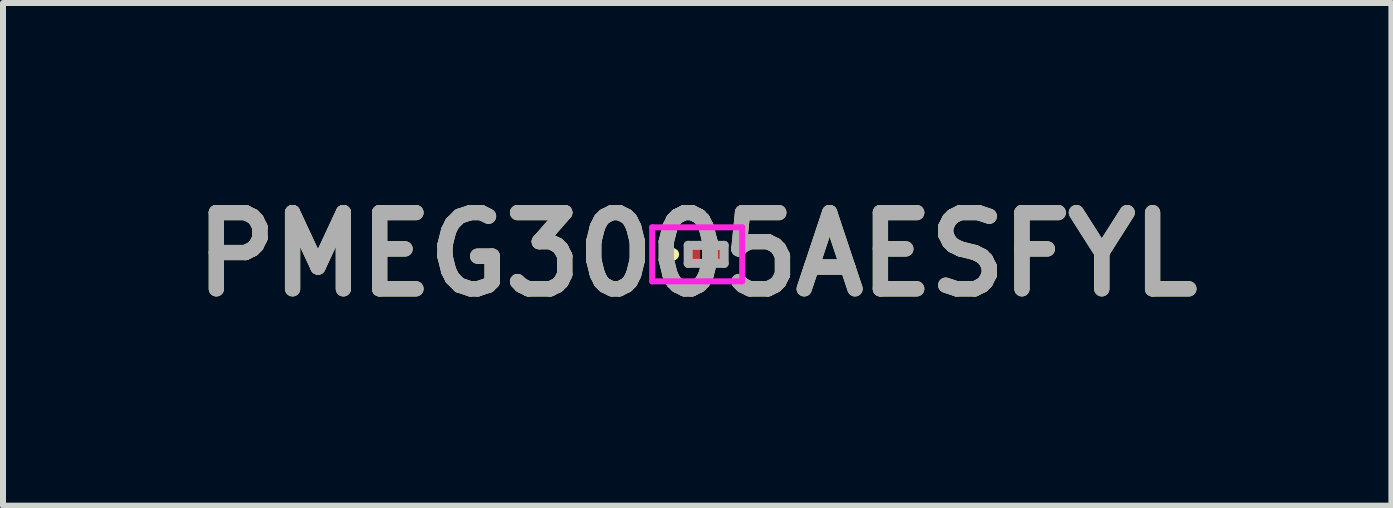
<source format=kicad_pcb>
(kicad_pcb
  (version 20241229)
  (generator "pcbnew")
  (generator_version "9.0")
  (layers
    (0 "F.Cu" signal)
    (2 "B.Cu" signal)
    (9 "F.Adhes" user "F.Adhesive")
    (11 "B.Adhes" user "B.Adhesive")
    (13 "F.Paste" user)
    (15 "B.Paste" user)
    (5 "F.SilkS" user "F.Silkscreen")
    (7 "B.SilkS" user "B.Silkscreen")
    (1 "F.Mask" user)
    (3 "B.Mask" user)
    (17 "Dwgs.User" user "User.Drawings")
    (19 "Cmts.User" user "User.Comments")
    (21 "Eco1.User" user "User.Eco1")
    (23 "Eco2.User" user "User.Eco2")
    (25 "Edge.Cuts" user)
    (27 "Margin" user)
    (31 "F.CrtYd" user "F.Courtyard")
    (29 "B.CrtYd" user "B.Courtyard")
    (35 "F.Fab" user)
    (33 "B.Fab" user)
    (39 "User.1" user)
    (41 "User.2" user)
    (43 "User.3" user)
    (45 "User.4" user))
  (footprint "PMEG3005AESFYL"
    (layer "F.Cu")
    (at 8.569 1.189)
    (property "Reference" "PMEG3005AESFYL" (at 0 0 0) (layer "F.SilkS") (effects (font (size 1.27 1.27) (thickness 0.254))))
    (attr smd)
    (fp_line (start -0.4 -0.05) (end -0.4 -0.05) (stroke (width 0.1) (type solid)) (layer "F.SilkS"))
    (fp_line (start -0.4 0.05) (end -0.4 0.05) (stroke (width 0.1) (type solid)) (layer "F.SilkS"))
    (fp_arc (start -0.4 -0.05) (mid -0.35 0) (end -0.4 0.05) (stroke (width 0.1) (type solid)) (layer "F.SilkS"))
    (fp_arc (start -0.4 0.05) (mid -0.45 0) (end -0.4 -0.05) (stroke (width 0.1) (type solid)) (layer "F.SilkS"))
    (fp_line (start -0.75 -0.45) (end 0.75 -0.45) (stroke (width 0.1) (type solid)) (layer "F.CrtYd"))
    (fp_line (start -0.75 0.45) (end -0.75 -0.45) (stroke (width 0.1) (type solid)) (layer "F.CrtYd"))
    (fp_line (start 0.75 -0.45) (end 0.75 0.45) (stroke (width 0.1) (type solid)) (layer "F.CrtYd"))
    (fp_line (start 0.75 0.45) (end -0.75 0.45) (stroke (width 0.1) (type solid)) (layer "F.CrtYd"))
    (fp_line (start -0.15 -0.15) (end 0.45 -0.15) (stroke (width 0.15) (type solid)) (layer "F.Fab"))
    (fp_line (start -0.15 0.15) (end -0.15 -0.15) (stroke (width 0.15) (type solid)) (layer "F.Fab"))
    (fp_line (start 0.45 -0.15) (end 0.45 0.15) (stroke (width 0.15) (type solid)) (layer "F.Fab"))
    (fp_line (start 0.45 0.15) (end -0.15 0.15) (stroke (width 0.15) (type solid)) (layer "F.Fab"))
    (fp_text user "${REFERENCE}" (at 0 0 0) (layer "F.Fab") (effects (font (size 1.27 1.27) (thickness 0.254))))
    (pad "1" smd rect (at -0.05 0) (size 0.2 0.28) (layers "F.Cu" "F.Mask" "F.Paste"))
    (pad "2" smd rect (at 0.35 0) (size 0.2 0.28) (layers "F.Cu" "F.Mask" "F.Paste")))
  (gr_rect
    (start -3 -3)
    (end 20.139 5.377)
    (stroke (width 0.1) (type default))
    (fill no)
    (layer "Edge.Cuts")))
</source>
